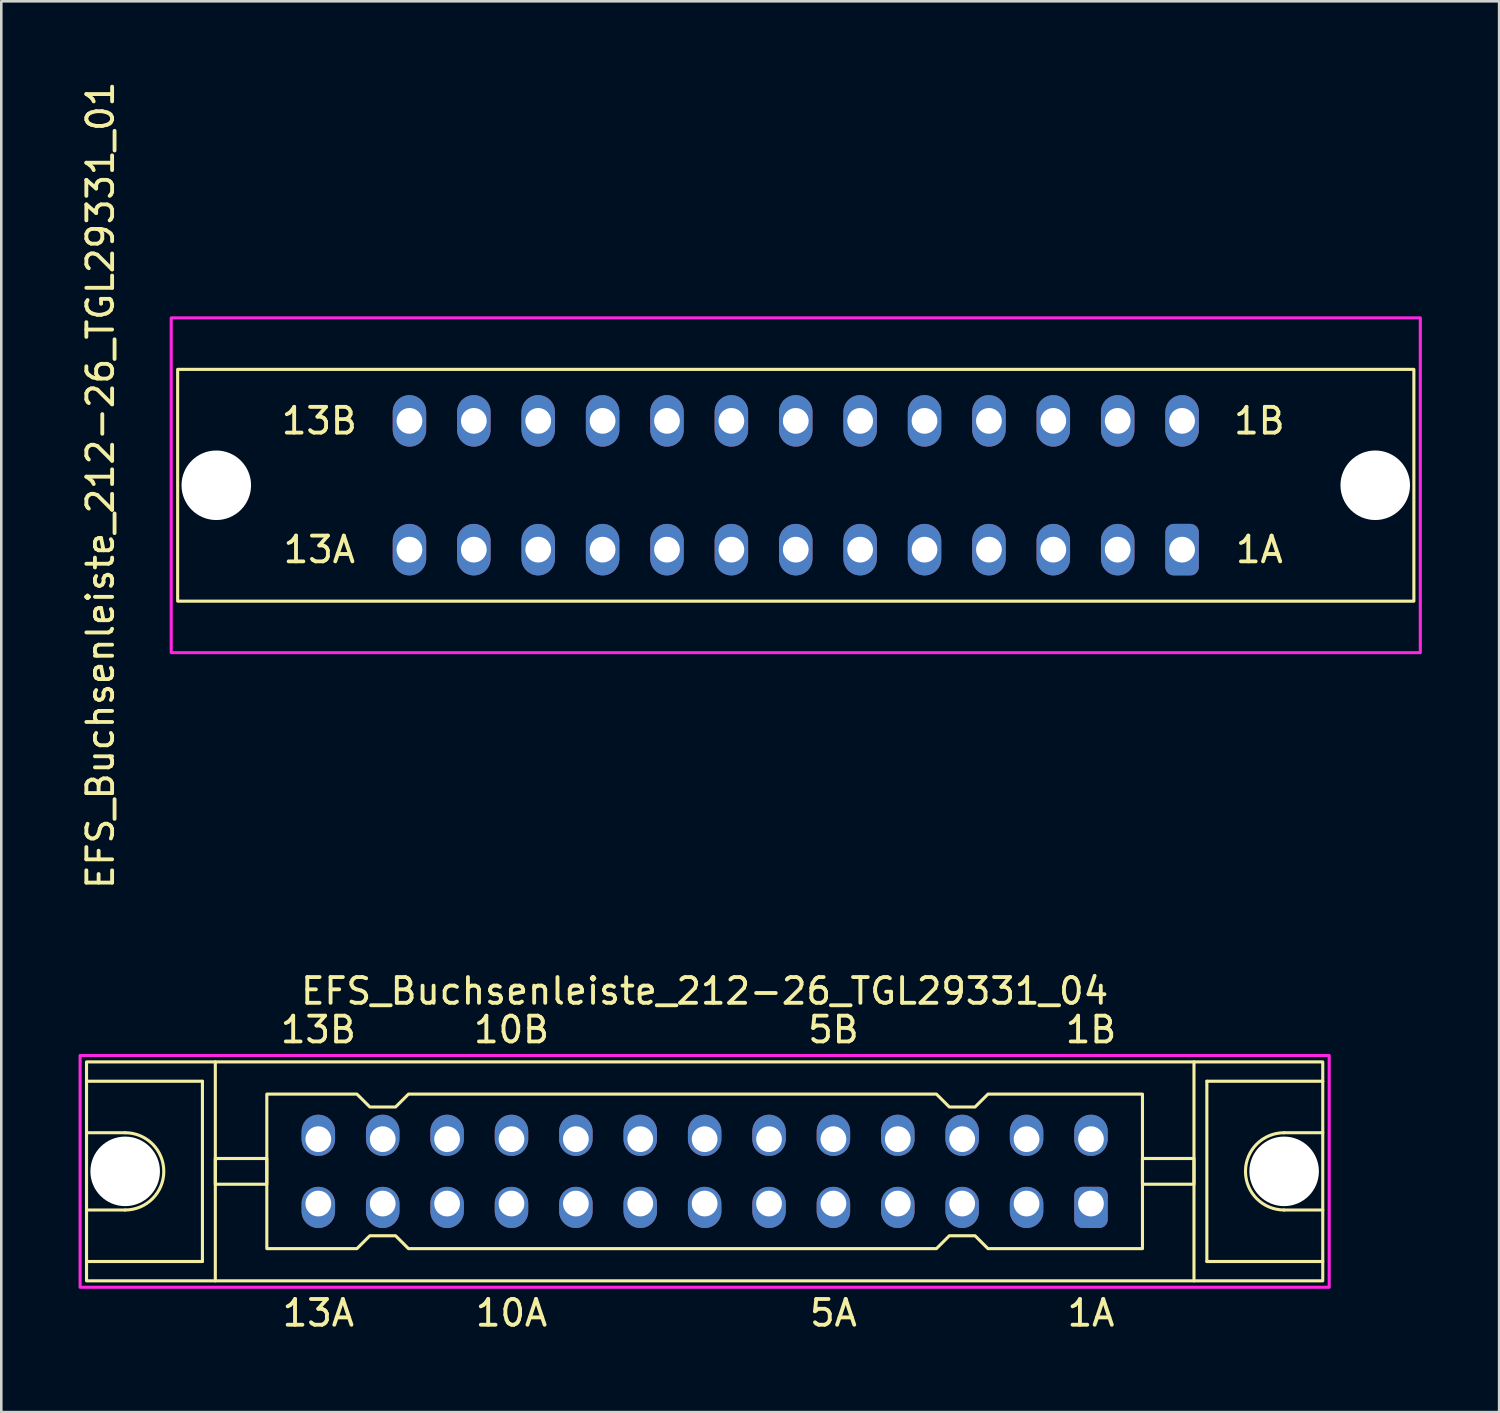
<source format=kicad_pcb>
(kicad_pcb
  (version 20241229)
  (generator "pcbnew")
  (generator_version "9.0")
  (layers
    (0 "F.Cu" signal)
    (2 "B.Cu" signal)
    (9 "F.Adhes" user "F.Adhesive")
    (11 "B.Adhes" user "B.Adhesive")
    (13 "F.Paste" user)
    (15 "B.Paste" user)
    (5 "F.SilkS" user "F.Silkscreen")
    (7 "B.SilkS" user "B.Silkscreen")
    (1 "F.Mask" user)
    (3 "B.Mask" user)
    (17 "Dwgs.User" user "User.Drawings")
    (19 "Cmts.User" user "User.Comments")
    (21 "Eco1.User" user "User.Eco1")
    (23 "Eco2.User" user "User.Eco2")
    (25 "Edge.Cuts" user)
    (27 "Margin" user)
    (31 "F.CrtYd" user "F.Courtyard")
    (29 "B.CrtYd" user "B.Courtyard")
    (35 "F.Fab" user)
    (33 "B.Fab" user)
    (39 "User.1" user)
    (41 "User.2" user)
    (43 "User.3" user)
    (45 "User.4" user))
  (footprint "EFS_Buchsenleiste_212-26_TGL29331_01"
    (layer "F.Cu")
    (at 27.848 15.792)
    (property "Reference" "EFS_Buchsenleiste_212-26_TGL29331_01" (at -27 0 90) (layer "F.SilkS") (effects (font (size 1 1) (thickness 0.15))))
    (attr through_hole)
    (fp_rect (start -24 -4.5) (end 24 4.5) (stroke (width 0.12) (type solid)) (fill no) (layer "F.SilkS"))
    (fp_rect (start -24.25 -6.5) (end 24.25 6.5) (stroke (width 0.12) (type solid)) (fill no) (layer "F.CrtYd"))
    (fp_text user "13B" (at -18.5 -2.5 0) (layer "F.SilkS") (effects (font (size 1 1) (thickness 0.15))))
    (fp_text user "13A" (at -18.5 2.5 0) (layer "F.SilkS") (effects (font (size 1 1) (thickness 0.15))))
    (fp_text user "1B" (at 18 -2.5 0) (layer "F.SilkS") (effects (font (size 1 1) (thickness 0.15))))
    (fp_text user "1A" (at 18 2.5 0) (layer "F.SilkS") (effects (font (size 1 1) (thickness 0.15))))
    (pad "" np_thru_hole circle (at -22.5 0) (size 2.7 2.7) (drill 2.7) (layers "*.Cu" "*.Mask"))
    (pad "" np_thru_hole circle (at 22.5 0) (size 2.7 2.7) (drill 2.7) (layers "*.Cu" "*.Mask"))
    (pad "1a" thru_hole roundrect (at 15 2.5) (size 1.3 2) (drill 1) (layers "*.Cu" "*.Mask") (roundrect_rratio 0.25))
    (pad "1b" thru_hole oval (at 15 -2.5) (size 1.3 2) (drill 1) (layers "*.Cu" "*.Mask"))
    (pad "2a" thru_hole oval (at 12.5 2.5) (size 1.3 2) (drill 1) (layers "*.Cu" "*.Mask"))
    (pad "2b" thru_hole oval (at 12.5 -2.5) (size 1.3 2) (drill 1) (layers "*.Cu" "*.Mask"))
    (pad "3a" thru_hole oval (at 10 2.5) (size 1.3 2) (drill 1) (layers "*.Cu" "*.Mask"))
    (pad "3b" thru_hole oval (at 10 -2.5) (size 1.3 2) (drill 1) (layers "*.Cu" "*.Mask"))
    (pad "4a" thru_hole oval (at 7.5 2.5) (size 1.3 2) (drill 1) (layers "*.Cu" "*.Mask"))
    (pad "4b" thru_hole oval (at 7.5 -2.5) (size 1.3 2) (drill 1) (layers "*.Cu" "*.Mask"))
    (pad "5a" thru_hole oval (at 5 2.5) (size 1.3 2) (drill 1) (layers "*.Cu" "*.Mask"))
    (pad "5b" thru_hole oval (at 5 -2.5) (size 1.3 2) (drill 1) (layers "*.Cu" "*.Mask"))
    (pad "6a" thru_hole oval (at 2.5 2.5) (size 1.3 2) (drill 1) (layers "*.Cu" "*.Mask"))
    (pad "6b" thru_hole oval (at 2.5 -2.5) (size 1.3 2) (drill 1) (layers "*.Cu" "*.Mask"))
    (pad "7a" thru_hole oval (at 0 2.5) (size 1.3 2) (drill 1) (layers "*.Cu" "*.Mask"))
    (pad "7b" thru_hole oval (at 0 -2.5) (size 1.3 2) (drill 1) (layers "*.Cu" "*.Mask"))
    (pad "8a" thru_hole oval (at -2.5 2.5) (size 1.3 2) (drill 1) (layers "*.Cu" "*.Mask"))
    (pad "8b" thru_hole oval (at -2.5 -2.5) (size 1.3 2) (drill 1) (layers "*.Cu" "*.Mask"))
    (pad "9a" thru_hole oval (at -5 2.5) (size 1.3 2) (drill 1) (layers "*.Cu" "*.Mask"))
    (pad "9b" thru_hole oval (at -5 -2.5) (size 1.3 2) (drill 1) (layers "*.Cu" "*.Mask"))
    (pad "10a" thru_hole oval (at -7.5 2.5) (size 1.3 2) (drill 1) (layers "*.Cu" "*.Mask"))
    (pad "10b" thru_hole oval (at -7.5 -2.5) (size 1.3 2) (drill 1) (layers "*.Cu" "*.Mask"))
    (pad "11a" thru_hole oval (at -10 2.5) (size 1.3 2) (drill 1) (layers "*.Cu" "*.Mask"))
    (pad "11b" thru_hole oval (at -10 -2.5) (size 1.3 2) (drill 1) (layers "*.Cu" "*.Mask"))
    (pad "12a" thru_hole oval (at -12.5 2.5) (size 1.3 2) (drill 1) (layers "*.Cu" "*.Mask"))
    (pad "12b" thru_hole oval (at -12.5 -2.5) (size 1.3 2) (drill 1) (layers "*.Cu" "*.Mask"))
    (pad "13a" thru_hole oval (at -15 2.5) (size 1.3 2) (drill 1) (layers "*.Cu" "*.Mask"))
    (pad "13b" thru_hole oval (at -15 -2.5) (size 1.3 2) (drill 1) (layers "*.Cu" "*.Mask")))
  (footprint "EFS_Buchsenleiste_212-26_TGL29331_04"
    (layer "F.Cu")
    (at 24.31 42.432)
    (property "Reference" "EFS_Buchsenleiste_212-26_TGL29331_04" (at 0 -7 180) (layer "F.SilkS") (effects (font (size 1 1) (thickness 0.15))))
    (attr through_hole)
    (fp_line (start -24 -3.5) (end -19.5 -3.5) (stroke (width 0.12) (type solid)) (layer "F.SilkS"))
    (fp_line (start -22.5 -1.5) (end -24 -1.5) (stroke (width 0.12) (type solid)) (layer "F.SilkS"))
    (fp_line (start -22.5 1.5) (end -24 1.5) (stroke (width 0.12) (type solid)) (layer "F.SilkS"))
    (fp_line (start -19.5 -3.5) (end -19.5 3.5) (stroke (width 0.12) (type solid)) (layer "F.SilkS"))
    (fp_line (start -19.5 3.5) (end -24 3.5) (stroke (width 0.12) (type solid)) (layer "F.SilkS"))
    (fp_line (start -19 4.25) (end -19 -4.25) (stroke (width 0.12) (type solid)) (layer "F.SilkS"))
    (fp_line (start 19 4.25) (end 19 -4.25) (stroke (width 0.12) (type solid)) (layer "F.SilkS"))
    (fp_line (start 19.5 -3.5) (end 19.5 3.5) (stroke (width 0.12) (type solid)) (layer "F.SilkS"))
    (fp_line (start 19.5 3.5) (end 24 3.5) (stroke (width 0.12) (type solid)) (layer "F.SilkS"))
    (fp_line (start 22.5 -1.5) (end 24 -1.5) (stroke (width 0.12) (type solid)) (layer "F.SilkS"))
    (fp_line (start 22.5 1.5) (end 24 1.5) (stroke (width 0.12) (type solid)) (layer "F.SilkS"))
    (fp_line (start 24 -3.5) (end 19.5 -3.5) (stroke (width 0.12) (type solid)) (layer "F.SilkS"))
    (fp_rect (start -24 -4.25) (end 24 4.25) (stroke (width 0.12) (type solid)) (fill no) (layer "F.SilkS"))
    (fp_rect (start -19 -0.5) (end -17 0.5) (stroke (width 0.12) (type solid)) (fill no) (layer "F.SilkS"))
    (fp_rect (start 19 -0.5) (end 17 0.5) (stroke (width 0.12) (type solid)) (fill no) (layer "F.SilkS"))
    (fp_arc (start -22.5 -1.5) (mid -21 0) (end -22.5 1.5) (stroke (width 0.12) (type solid)) (layer "F.SilkS"))
    (fp_arc (start 22.5 1.5) (mid 21 0) (end 22.5 -1.5) (stroke (width 0.12) (type solid)) (layer "F.SilkS"))
    (fp_poly (pts (xy -13 -2.5) (xy -12 -2.5) (xy -11.5 -3) (xy 9 -3) (xy 9.5 -2.5) (xy 10.5 -2.5) (xy 11 -3) (xy 17 -3) (xy 17 3) (xy 11 3) (xy 10.5 2.5) (xy 9.5 2.5) (xy 9 3) (xy -11.5 3) (xy -12 2.5) (xy -13 2.5) (xy -13.5 3) (xy -17 3) (xy -17 -3) (xy -13.5 -3)) (stroke (width 0.12) (type solid)) (fill no) (layer "F.SilkS"))
    (fp_rect (start -24.25 -4.5) (end 24.25 4.5) (stroke (width 0.12) (type solid)) (fill no) (layer "F.CrtYd"))
    (fp_text user "5A" (at 5 5.5 180) (layer "F.SilkS") (effects (font (size 1 1) (thickness 0.15))))
    (fp_text user "5B" (at 5 -5.5 180) (layer "F.SilkS") (effects (font (size 1 1) (thickness 0.15))))
    (fp_text user "1B" (at 15 -5.5 180) (layer "F.SilkS") (effects (font (size 1 1) (thickness 0.15))))
    (fp_text user "1A" (at 15 5.5 180) (layer "F.SilkS") (effects (font (size 1 1) (thickness 0.15))))
    (fp_text user "13B" (at -15 -5.5 180) (layer "F.SilkS") (effects (font (size 1 1) (thickness 0.15))))
    (fp_text user "13A" (at -15 5.5 180) (layer "F.SilkS") (effects (font (size 1 1) (thickness 0.15))))
    (fp_text user "10A" (at -7.5 5.5 180) (layer "F.SilkS") (effects (font (size 1 1) (thickness 0.15))))
    (fp_text user "10B" (at -7.5 -5.5 180) (layer "F.SilkS") (effects (font (size 1 1) (thickness 0.15))))
    (pad "" np_thru_hole circle (at -22.5 0) (size 2.7 2.7) (drill 2.7) (layers "*.Cu" "*.Mask"))
    (pad "" np_thru_hole circle (at 22.5 0) (size 2.7 2.7) (drill 2.7) (layers "*.Cu" "*.Mask"))
    (pad "1a" thru_hole roundrect (at 15 1.25 180) (size 1.3 1.6) (drill 1 (offset 0 -0.15)) (layers "*.Cu" "*.Mask") (roundrect_rratio 0.25))
    (pad "1b" thru_hole oval (at 15 -1.25 180) (size 1.3 1.6) (drill 1 (offset 0 0.15)) (layers "*.Cu" "*.Mask"))
    (pad "2a" thru_hole oval (at 12.5 1.25 180) (size 1.3 1.6) (drill 1 (offset 0 -0.15)) (layers "*.Cu" "*.Mask"))
    (pad "2b" thru_hole oval (at 12.5 -1.25 180) (size 1.3 1.6) (drill 1 (offset 0 0.15)) (layers "*.Cu" "*.Mask"))
    (pad "3a" thru_hole oval (at 10 1.25 180) (size 1.3 1.6) (drill 1 (offset 0 -0.15)) (layers "*.Cu" "*.Mask"))
    (pad "3b" thru_hole oval (at 10 -1.25 180) (size 1.3 1.6) (drill 1 (offset 0 0.15)) (layers "*.Cu" "*.Mask"))
    (pad "4a" thru_hole oval (at 7.5 1.25 180) (size 1.3 1.6) (drill 1 (offset 0 -0.15)) (layers "*.Cu" "*.Mask"))
    (pad "4b" thru_hole oval (at 7.5 -1.25 180) (size 1.3 1.6) (drill 1 (offset 0 0.15)) (layers "*.Cu" "*.Mask"))
    (pad "5a" thru_hole oval (at 5 1.25 180) (size 1.3 1.6) (drill 1 (offset 0 -0.15)) (layers "*.Cu" "*.Mask"))
    (pad "5b" thru_hole oval (at 5 -1.25 180) (size 1.3 1.6) (drill 1 (offset 0 0.15)) (layers "*.Cu" "*.Mask"))
    (pad "6a" thru_hole oval (at 2.5 1.25 180) (size 1.3 1.6) (drill 1 (offset 0 -0.15)) (layers "*.Cu" "*.Mask"))
    (pad "6b" thru_hole oval (at 2.5 -1.25 180) (size 1.3 1.6) (drill 1 (offset 0 0.15)) (layers "*.Cu" "*.Mask"))
    (pad "7a" thru_hole oval (at 0 1.25 180) (size 1.3 1.6) (drill 1 (offset 0 -0.15)) (layers "*.Cu" "*.Mask"))
    (pad "7b" thru_hole oval (at 0 -1.25 180) (size 1.3 1.6) (drill 1 (offset 0 0.15)) (layers "*.Cu" "*.Mask"))
    (pad "8a" thru_hole oval (at -2.5 1.25 180) (size 1.3 1.6) (drill 1 (offset 0 -0.15)) (layers "*.Cu" "*.Mask"))
    (pad "8b" thru_hole oval (at -2.5 -1.25 180) (size 1.3 1.6) (drill 1 (offset 0 0.15)) (layers "*.Cu" "*.Mask"))
    (pad "9a" thru_hole oval (at -5 1.25 180) (size 1.3 1.6) (drill 1 (offset 0 -0.15)) (layers "*.Cu" "*.Mask"))
    (pad "9b" thru_hole oval (at -5 -1.25 180) (size 1.3 1.6) (drill 1 (offset 0 0.15)) (layers "*.Cu" "*.Mask"))
    (pad "10a" thru_hole oval (at -7.5 1.25 180) (size 1.3 1.6) (drill 1 (offset 0 -0.15)) (layers "*.Cu" "*.Mask"))
    (pad "10b" thru_hole oval (at -7.5 -1.25 180) (size 1.3 1.6) (drill 1 (offset 0 0.15)) (layers "*.Cu" "*.Mask"))
    (pad "11a" thru_hole oval (at -10 1.25 180) (size 1.3 1.6) (drill 1 (offset 0 -0.15)) (layers "*.Cu" "*.Mask"))
    (pad "11b" thru_hole oval (at -10 -1.25 180) (size 1.3 1.6) (drill 1 (offset 0 0.15)) (layers "*.Cu" "*.Mask"))
    (pad "12a" thru_hole oval (at -12.5 1.25 180) (size 1.3 1.6) (drill 1 (offset 0 -0.15)) (layers "*.Cu" "*.Mask"))
    (pad "12b" thru_hole oval (at -12.5 -1.25 180) (size 1.3 1.6) (drill 1 (offset 0 0.15)) (layers "*.Cu" "*.Mask"))
    (pad "13a" thru_hole oval (at -15 1.25 180) (size 1.3 1.6) (drill 1 (offset 0 -0.15)) (layers "*.Cu" "*.Mask"))
    (pad "13b" thru_hole oval (at -15 -1.25 180) (size 1.3 1.6) (drill 1 (offset 0 0.15)) (layers "*.Cu" "*.Mask")))
  (gr_rect
    (start -3 -3)
    (end 55.158 51.78)
    (stroke (width 0.1) (type default))
    (fill no)
    (layer "Edge.Cuts")))
</source>
